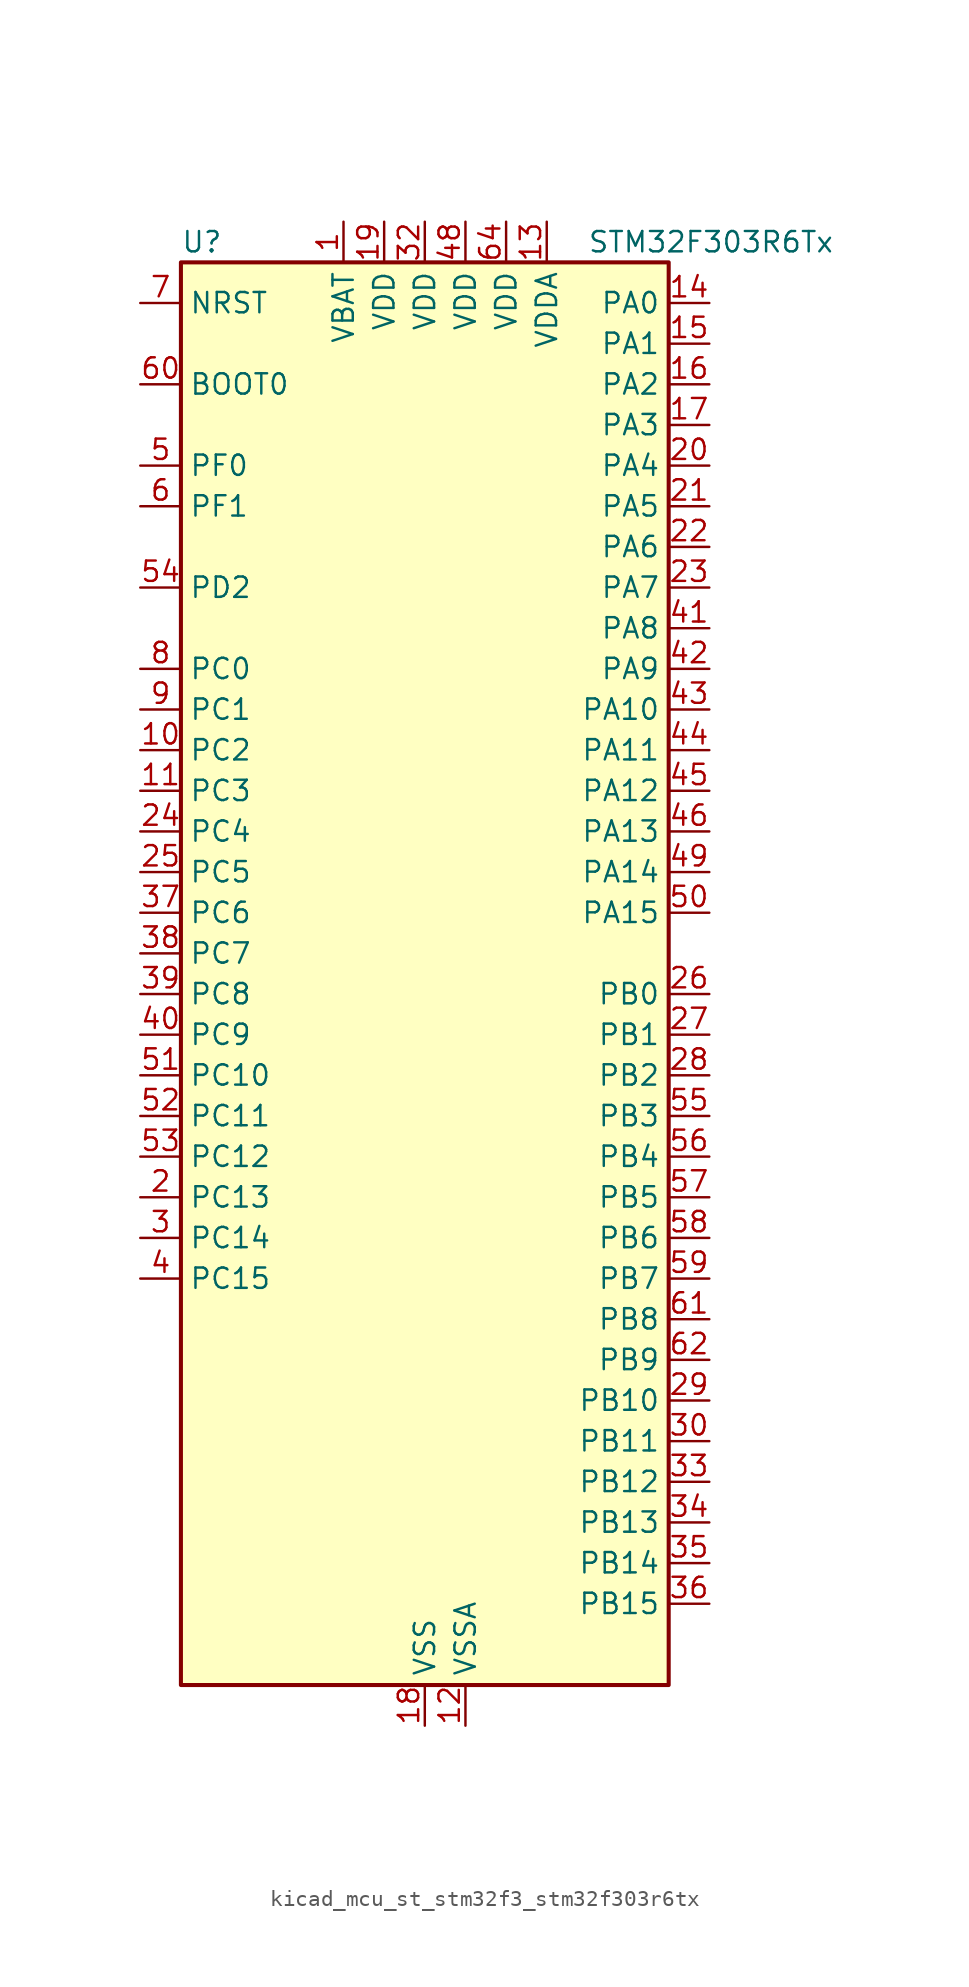
<source format=kicad_sym>
(kicad_symbol_lib
  (version 20220914)
  (generator kicad_symbol_editor)
  (symbol "kicad_mcu_st_stm32f3_stm32f303r6tx"
    (property "Reference" "U"
      (at -15.24 46.99 0)
      (effects (font (size 1.27 1.27)) (justify left)))
    (property "Value" "STM32F303R6Tx"
      (at 10.16 46.99 0)
      (effects (font (size 1.27 1.27)) (justify left)))
    (property "ki_locked" ""
      (at 0 0 0)
      (effects (font (size 1.27 1.27))))
    (symbol "kicad_mcu_st_stm32f3_stm32f303r6tx_0_1"
      (rectangle (start -15.24 -43.18) (end 15.24 45.72) (stroke (width 0.254) (type default)) (fill (type background))))
    (symbol "kicad_mcu_st_stm32f3_stm32f303r6tx_1_1"
      (pin power_in line (at -5.08 48.26 270) (length 2.54) (name "VBAT" (effects (font (size 1.27 1.27)))) (number "1" (effects (font (size 1.27 1.27)))))
      (pin bidirectional line (at -17.78 15.24 0) (length 2.54) (name "PC2" (effects (font (size 1.27 1.27)))) (number "10" (effects (font (size 1.27 1.27)))) (alternate "ADC1_IN8" bidirectional line) (alternate "ADC2_IN8" bidirectional line) (alternate "TIM1_CH3" bidirectional line))
      (pin bidirectional line (at -17.78 12.7 0) (length 2.54) (name "PC3" (effects (font (size 1.27 1.27)))) (number "11" (effects (font (size 1.27 1.27)))) (alternate "ADC1_IN9" bidirectional line) (alternate "ADC2_IN9" bidirectional line) (alternate "TIM1_BKIN2" bidirectional line) (alternate "TIM1_CH4" bidirectional line))
      (pin power_in line (at 2.54 -45.72 90) (length 2.54) (name "VSSA" (effects (font (size 1.27 1.27)))) (number "12" (effects (font (size 1.27 1.27)))))
      (pin power_in line (at 7.62 48.26 270) (length 2.54) (name "VDDA" (effects (font (size 1.27 1.27)))) (number "13" (effects (font (size 1.27 1.27)))))
      (pin bidirectional line (at 17.78 43.18 180) (length 2.54) (name "PA0" (effects (font (size 1.27 1.27)))) (number "14" (effects (font (size 1.27 1.27)))) (alternate "ADC1_IN1" bidirectional line) (alternate "RTC_TAMP2" bidirectional line) (alternate "SYS_WKUP1" bidirectional line) (alternate "TIM2_CH1" bidirectional line) (alternate "TIM2_ETR" bidirectional line) (alternate "TSC_G1_IO1" bidirectional line) (alternate "USART2_CTS" bidirectional line))
      (pin bidirectional line (at 17.78 40.64 180) (length 2.54) (name "PA1" (effects (font (size 1.27 1.27)))) (number "15" (effects (font (size 1.27 1.27)))) (alternate "ADC1_IN2" bidirectional line) (alternate "RTC_REFIN" bidirectional line) (alternate "TIM15_CH1N" bidirectional line) (alternate "TIM2_CH2" bidirectional line) (alternate "TSC_G1_IO2" bidirectional line) (alternate "USART2_DE" bidirectional line) (alternate "USART2_RTS" bidirectional line))
      (pin bidirectional line (at 17.78 38.1 180) (length 2.54) (name "PA2" (effects (font (size 1.27 1.27)))) (number "16" (effects (font (size 1.27 1.27)))) (alternate "ADC1_IN3" bidirectional line) (alternate "COMP2_INM" bidirectional line) (alternate "COMP2_OUT" bidirectional line) (alternate "TIM15_CH1" bidirectional line) (alternate "TIM2_CH3" bidirectional line) (alternate "TSC_G1_IO3" bidirectional line) (alternate "USART2_TX" bidirectional line))
      (pin bidirectional line (at 17.78 35.56 180) (length 2.54) (name "PA3" (effects (font (size 1.27 1.27)))) (number "17" (effects (font (size 1.27 1.27)))) (alternate "ADC1_IN4" bidirectional line) (alternate "TIM15_CH2" bidirectional line) (alternate "TIM2_CH4" bidirectional line) (alternate "TSC_G1_IO4" bidirectional line) (alternate "USART2_RX" bidirectional line))
      (pin power_in line (at 0 -45.72 90) (length 2.54) (name "VSS" (effects (font (size 1.27 1.27)))) (number "18" (effects (font (size 1.27 1.27)))))
      (pin power_in line (at -2.54 48.26 270) (length 2.54) (name "VDD" (effects (font (size 1.27 1.27)))) (number "19" (effects (font (size 1.27 1.27)))))
      (pin bidirectional line (at -17.78 -12.7 0) (length 2.54) (name "PC13" (effects (font (size 1.27 1.27)))) (number "2" (effects (font (size 1.27 1.27)))) (alternate "RTC_OUT_ALARM" bidirectional line) (alternate "RTC_OUT_CALIB" bidirectional line) (alternate "RTC_TAMP1" bidirectional line) (alternate "RTC_TS" bidirectional line) (alternate "SYS_WKUP2" bidirectional line) (alternate "TIM1_CH1N" bidirectional line))
      (pin bidirectional line (at 17.78 33.02 180) (length 2.54) (name "PA4" (effects (font (size 1.27 1.27)))) (number "20" (effects (font (size 1.27 1.27)))) (alternate "ADC2_IN1" bidirectional line) (alternate "COMP2_INM" bidirectional line) (alternate "COMP4_INM" bidirectional line) (alternate "COMP6_INM" bidirectional line) (alternate "DAC1_OUT1" bidirectional line) (alternate "SPI1_NSS" bidirectional line) (alternate "TIM3_CH2" bidirectional line) (alternate "TSC_G2_IO1" bidirectional line) (alternate "USART2_CK" bidirectional line))
      (pin bidirectional line (at 17.78 30.48 180) (length 2.54) (name "PA5" (effects (font (size 1.27 1.27)))) (number "21" (effects (font (size 1.27 1.27)))) (alternate "ADC2_IN2" bidirectional line) (alternate "DAC1_OUT2" bidirectional line) (alternate "OPAMP2_VINM" bidirectional line) (alternate "OPAMP2_VINM_SEC" bidirectional line) (alternate "SPI1_SCK" bidirectional line) (alternate "TIM2_CH1" bidirectional line) (alternate "TIM2_ETR" bidirectional line) (alternate "TSC_G2_IO2" bidirectional line))
      (pin bidirectional line (at 17.78 27.94 180) (length 2.54) (name "PA6" (effects (font (size 1.27 1.27)))) (number "22" (effects (font (size 1.27 1.27)))) (alternate "ADC2_IN3" bidirectional line) (alternate "DAC2_OUT1" bidirectional line) (alternate "OPAMP2_VOUT" bidirectional line) (alternate "SPI1_MISO" bidirectional line) (alternate "TIM16_CH1" bidirectional line) (alternate "TIM1_BKIN" bidirectional line) (alternate "TIM3_CH1" bidirectional line) (alternate "TSC_G2_IO3" bidirectional line))
      (pin bidirectional line (at 17.78 25.4 180) (length 2.54) (name "PA7" (effects (font (size 1.27 1.27)))) (number "23" (effects (font (size 1.27 1.27)))) (alternate "ADC2_IN4" bidirectional line) (alternate "COMP2_INP" bidirectional line) (alternate "OPAMP2_VINP" bidirectional line) (alternate "OPAMP2_VINP_SEC" bidirectional line) (alternate "SPI1_MOSI" bidirectional line) (alternate "TIM17_CH1" bidirectional line) (alternate "TIM1_CH1N" bidirectional line) (alternate "TIM3_CH2" bidirectional line) (alternate "TSC_G2_IO4" bidirectional line))
      (pin bidirectional line (at -17.78 10.16 0) (length 2.54) (name "PC4" (effects (font (size 1.27 1.27)))) (number "24" (effects (font (size 1.27 1.27)))) (alternate "ADC2_IN5" bidirectional line) (alternate "TIM1_ETR" bidirectional line) (alternate "USART1_TX" bidirectional line))
      (pin bidirectional line (at -17.78 7.62 0) (length 2.54) (name "PC5" (effects (font (size 1.27 1.27)))) (number "25" (effects (font (size 1.27 1.27)))) (alternate "ADC2_IN11" bidirectional line) (alternate "OPAMP2_VINM" bidirectional line) (alternate "OPAMP2_VINM_SEC" bidirectional line) (alternate "TIM15_BKIN" bidirectional line) (alternate "TSC_G3_IO1" bidirectional line) (alternate "USART1_RX" bidirectional line))
      (pin bidirectional line (at 17.78 0 180) (length 2.54) (name "PB0" (effects (font (size 1.27 1.27)))) (number "26" (effects (font (size 1.27 1.27)))) (alternate "ADC1_IN11" bidirectional line) (alternate "COMP4_INP" bidirectional line) (alternate "OPAMP2_VINP" bidirectional line) (alternate "OPAMP2_VINP_SEC" bidirectional line) (alternate "TIM1_CH2N" bidirectional line) (alternate "TIM3_CH3" bidirectional line) (alternate "TSC_G3_IO2" bidirectional line))
      (pin bidirectional line (at 17.78 -2.54 180) (length 2.54) (name "PB1" (effects (font (size 1.27 1.27)))) (number "27" (effects (font (size 1.27 1.27)))) (alternate "ADC1_IN12" bidirectional line) (alternate "COMP4_OUT" bidirectional line) (alternate "TIM1_CH3N" bidirectional line) (alternate "TIM3_CH4" bidirectional line) (alternate "TSC_G3_IO3" bidirectional line))
      (pin bidirectional line (at 17.78 -5.08 180) (length 2.54) (name "PB2" (effects (font (size 1.27 1.27)))) (number "28" (effects (font (size 1.27 1.27)))) (alternate "ADC2_IN12" bidirectional line) (alternate "COMP4_INM" bidirectional line) (alternate "TSC_G3_IO4" bidirectional line))
      (pin bidirectional line (at 17.78 -25.4 180) (length 2.54) (name "PB10" (effects (font (size 1.27 1.27)))) (number "29" (effects (font (size 1.27 1.27)))) (alternate "TIM2_CH3" bidirectional line) (alternate "TSC_SYNC" bidirectional line) (alternate "USART3_TX" bidirectional line))
      (pin bidirectional line (at -17.78 -15.24 0) (length 2.54) (name "PC14" (effects (font (size 1.27 1.27)))) (number "3" (effects (font (size 1.27 1.27)))) (alternate "RCC_OSC32_IN" bidirectional line))
      (pin bidirectional line (at 17.78 -27.94 180) (length 2.54) (name "PB11" (effects (font (size 1.27 1.27)))) (number "30" (effects (font (size 1.27 1.27)))) (alternate "COMP6_INP" bidirectional line) (alternate "TIM2_CH4" bidirectional line) (alternate "TSC_G6_IO1" bidirectional line) (alternate "USART3_RX" bidirectional line))
      (pin passive line (at 0 -45.72 90) (length 2.54) hide (name "VSS" (effects (font (size 1.27 1.27)))) (number "31" (effects (font (size 1.27 1.27)))))
      (pin power_in line (at 0 48.26 270) (length 2.54) (name "VDD" (effects (font (size 1.27 1.27)))) (number "32" (effects (font (size 1.27 1.27)))))
      (pin bidirectional line (at 17.78 -30.48 180) (length 2.54) (name "PB12" (effects (font (size 1.27 1.27)))) (number "33" (effects (font (size 1.27 1.27)))) (alternate "ADC2_IN13" bidirectional line) (alternate "TIM1_BKIN" bidirectional line) (alternate "TSC_G6_IO2" bidirectional line) (alternate "USART3_CK" bidirectional line))
      (pin bidirectional line (at 17.78 -33.02 180) (length 2.54) (name "PB13" (effects (font (size 1.27 1.27)))) (number "34" (effects (font (size 1.27 1.27)))) (alternate "ADC1_IN13" bidirectional line) (alternate "TIM1_CH1N" bidirectional line) (alternate "TSC_G6_IO3" bidirectional line) (alternate "USART3_CTS" bidirectional line))
      (pin bidirectional line (at 17.78 -35.56 180) (length 2.54) (name "PB14" (effects (font (size 1.27 1.27)))) (number "35" (effects (font (size 1.27 1.27)))) (alternate "ADC2_IN14" bidirectional line) (alternate "OPAMP2_VINP" bidirectional line) (alternate "OPAMP2_VINP_SEC" bidirectional line) (alternate "TIM15_CH1" bidirectional line) (alternate "TIM1_CH2N" bidirectional line) (alternate "TSC_G6_IO4" bidirectional line) (alternate "USART3_DE" bidirectional line) (alternate "USART3_RTS" bidirectional line))
      (pin bidirectional line (at 17.78 -38.1 180) (length 2.54) (name "PB15" (effects (font (size 1.27 1.27)))) (number "36" (effects (font (size 1.27 1.27)))) (alternate "ADC2_IN15" bidirectional line) (alternate "COMP6_INM" bidirectional line) (alternate "RTC_REFIN" bidirectional line) (alternate "TIM15_CH1N" bidirectional line) (alternate "TIM15_CH2" bidirectional line) (alternate "TIM1_CH3N" bidirectional line))
      (pin bidirectional line (at -17.78 5.08 0) (length 2.54) (name "PC6" (effects (font (size 1.27 1.27)))) (number "37" (effects (font (size 1.27 1.27)))) (alternate "COMP6_OUT" bidirectional line) (alternate "TIM3_CH1" bidirectional line))
      (pin bidirectional line (at -17.78 2.54 0) (length 2.54) (name "PC7" (effects (font (size 1.27 1.27)))) (number "38" (effects (font (size 1.27 1.27)))) (alternate "TIM3_CH2" bidirectional line))
      (pin bidirectional line (at -17.78 0 0) (length 2.54) (name "PC8" (effects (font (size 1.27 1.27)))) (number "39" (effects (font (size 1.27 1.27)))) (alternate "TIM3_CH3" bidirectional line))
      (pin bidirectional line (at -17.78 -17.78 0) (length 2.54) (name "PC15" (effects (font (size 1.27 1.27)))) (number "4" (effects (font (size 1.27 1.27)))) (alternate "RCC_OSC32_OUT" bidirectional line))
      (pin bidirectional line (at -17.78 -2.54 0) (length 2.54) (name "PC9" (effects (font (size 1.27 1.27)))) (number "40" (effects (font (size 1.27 1.27)))) (alternate "DAC1_EXTI9" bidirectional line) (alternate "DAC2_EXTI9" bidirectional line) (alternate "TIM3_CH4" bidirectional line))
      (pin bidirectional line (at 17.78 22.86 180) (length 2.54) (name "PA8" (effects (font (size 1.27 1.27)))) (number "41" (effects (font (size 1.27 1.27)))) (alternate "RCC_MCO" bidirectional line) (alternate "TIM1_CH1" bidirectional line) (alternate "USART1_CK" bidirectional line))
      (pin bidirectional line (at 17.78 20.32 180) (length 2.54) (name "PA9" (effects (font (size 1.27 1.27)))) (number "42" (effects (font (size 1.27 1.27)))) (alternate "DAC1_EXTI9" bidirectional line) (alternate "DAC2_EXTI9" bidirectional line) (alternate "TIM15_BKIN" bidirectional line) (alternate "TIM1_CH2" bidirectional line) (alternate "TIM2_CH3" bidirectional line) (alternate "TSC_G4_IO1" bidirectional line) (alternate "USART1_TX" bidirectional line))
      (pin bidirectional line (at 17.78 17.78 180) (length 2.54) (name "PA10" (effects (font (size 1.27 1.27)))) (number "43" (effects (font (size 1.27 1.27)))) (alternate "COMP6_OUT" bidirectional line) (alternate "TIM17_BKIN" bidirectional line) (alternate "TIM1_CH3" bidirectional line) (alternate "TIM2_CH4" bidirectional line) (alternate "TSC_G4_IO2" bidirectional line) (alternate "USART1_RX" bidirectional line))
      (pin bidirectional line (at 17.78 15.24 180) (length 2.54) (name "PA11" (effects (font (size 1.27 1.27)))) (number "44" (effects (font (size 1.27 1.27)))) (alternate "CAN_RX" bidirectional line) (alternate "TIM1_BKIN2" bidirectional line) (alternate "TIM1_CH1N" bidirectional line) (alternate "TIM1_CH4" bidirectional line) (alternate "USART1_CTS" bidirectional line))
      (pin bidirectional line (at 17.78 12.7 180) (length 2.54) (name "PA12" (effects (font (size 1.27 1.27)))) (number "45" (effects (font (size 1.27 1.27)))) (alternate "CAN_TX" bidirectional line) (alternate "COMP2_OUT" bidirectional line) (alternate "TIM16_CH1" bidirectional line) (alternate "TIM1_CH2N" bidirectional line) (alternate "TIM1_ETR" bidirectional line) (alternate "USART1_DE" bidirectional line) (alternate "USART1_RTS" bidirectional line))
      (pin bidirectional line (at 17.78 10.16 180) (length 2.54) (name "PA13" (effects (font (size 1.27 1.27)))) (number "46" (effects (font (size 1.27 1.27)))) (alternate "IR_OUT" bidirectional line) (alternate "SYS_JTMS-SWDIO" bidirectional line) (alternate "TIM16_CH1N" bidirectional line) (alternate "TSC_G4_IO3" bidirectional line) (alternate "USART3_CTS" bidirectional line))
      (pin passive line (at 0 -45.72 90) (length 2.54) hide (name "VSS" (effects (font (size 1.27 1.27)))) (number "47" (effects (font (size 1.27 1.27)))))
      (pin power_in line (at 2.54 48.26 270) (length 2.54) (name "VDD" (effects (font (size 1.27 1.27)))) (number "48" (effects (font (size 1.27 1.27)))))
      (pin bidirectional line (at 17.78 7.62 180) (length 2.54) (name "PA14" (effects (font (size 1.27 1.27)))) (number "49" (effects (font (size 1.27 1.27)))) (alternate "I2C1_SDA" bidirectional line) (alternate "SYS_JTCK-SWCLK" bidirectional line) (alternate "TIM1_BKIN" bidirectional line) (alternate "TSC_G4_IO4" bidirectional line) (alternate "USART2_TX" bidirectional line))
      (pin bidirectional line (at -17.78 33.02 0) (length 2.54) (name "PF0" (effects (font (size 1.27 1.27)))) (number "5" (effects (font (size 1.27 1.27)))) (alternate "RCC_OSC_IN" bidirectional line) (alternate "TIM1_CH3N" bidirectional line))
      (pin bidirectional line (at 17.78 5.08 180) (length 2.54) (name "PA15" (effects (font (size 1.27 1.27)))) (number "50" (effects (font (size 1.27 1.27)))) (alternate "I2C1_SCL" bidirectional line) (alternate "SPI1_NSS" bidirectional line) (alternate "SYS_JTDI" bidirectional line) (alternate "TIM1_BKIN" bidirectional line) (alternate "TIM2_CH1" bidirectional line) (alternate "TIM2_ETR" bidirectional line) (alternate "TSC_SYNC" bidirectional line) (alternate "USART2_RX" bidirectional line))
      (pin bidirectional line (at -17.78 -5.08 0) (length 2.54) (name "PC10" (effects (font (size 1.27 1.27)))) (number "51" (effects (font (size 1.27 1.27)))) (alternate "USART3_TX" bidirectional line))
      (pin bidirectional line (at -17.78 -7.62 0) (length 2.54) (name "PC11" (effects (font (size 1.27 1.27)))) (number "52" (effects (font (size 1.27 1.27)))) (alternate "USART3_RX" bidirectional line))
      (pin bidirectional line (at -17.78 -10.16 0) (length 2.54) (name "PC12" (effects (font (size 1.27 1.27)))) (number "53" (effects (font (size 1.27 1.27)))) (alternate "USART3_CK" bidirectional line))
      (pin bidirectional line (at -17.78 25.4 0) (length 2.54) (name "PD2" (effects (font (size 1.27 1.27)))) (number "54" (effects (font (size 1.27 1.27)))) (alternate "TIM3_ETR" bidirectional line))
      (pin bidirectional line (at 17.78 -7.62 180) (length 2.54) (name "PB3" (effects (font (size 1.27 1.27)))) (number "55" (effects (font (size 1.27 1.27)))) (alternate "SPI1_SCK" bidirectional line) (alternate "SYS_JTDO-TRACESWO" bidirectional line) (alternate "TIM2_CH2" bidirectional line) (alternate "TIM3_ETR" bidirectional line) (alternate "TSC_G5_IO1" bidirectional line) (alternate "USART2_TX" bidirectional line))
      (pin bidirectional line (at 17.78 -10.16 180) (length 2.54) (name "PB4" (effects (font (size 1.27 1.27)))) (number "56" (effects (font (size 1.27 1.27)))) (alternate "SPI1_MISO" bidirectional line) (alternate "SYS_NJTRST" bidirectional line) (alternate "TIM16_CH1" bidirectional line) (alternate "TIM17_BKIN" bidirectional line) (alternate "TIM3_CH1" bidirectional line) (alternate "TSC_G5_IO2" bidirectional line) (alternate "USART2_RX" bidirectional line))
      (pin bidirectional line (at 17.78 -12.7 180) (length 2.54) (name "PB5" (effects (font (size 1.27 1.27)))) (number "57" (effects (font (size 1.27 1.27)))) (alternate "I2C1_SMBA" bidirectional line) (alternate "SPI1_MOSI" bidirectional line) (alternate "TIM16_BKIN" bidirectional line) (alternate "TIM17_CH1" bidirectional line) (alternate "TIM3_CH2" bidirectional line) (alternate "USART2_CK" bidirectional line))
      (pin bidirectional line (at 17.78 -15.24 180) (length 2.54) (name "PB6" (effects (font (size 1.27 1.27)))) (number "58" (effects (font (size 1.27 1.27)))) (alternate "I2C1_SCL" bidirectional line) (alternate "TIM16_CH1N" bidirectional line) (alternate "TSC_G5_IO3" bidirectional line) (alternate "USART1_TX" bidirectional line))
      (pin bidirectional line (at 17.78 -17.78 180) (length 2.54) (name "PB7" (effects (font (size 1.27 1.27)))) (number "59" (effects (font (size 1.27 1.27)))) (alternate "I2C1_SDA" bidirectional line) (alternate "TIM17_CH1N" bidirectional line) (alternate "TIM3_CH4" bidirectional line) (alternate "TSC_G5_IO4" bidirectional line) (alternate "USART1_RX" bidirectional line))
      (pin bidirectional line (at -17.78 30.48 0) (length 2.54) (name "PF1" (effects (font (size 1.27 1.27)))) (number "6" (effects (font (size 1.27 1.27)))) (alternate "RCC_OSC_OUT" bidirectional line))
      (pin input line (at -17.78 38.1 0) (length 2.54) (name "BOOT0" (effects (font (size 1.27 1.27)))) (number "60" (effects (font (size 1.27 1.27)))))
      (pin bidirectional line (at 17.78 -20.32 180) (length 2.54) (name "PB8" (effects (font (size 1.27 1.27)))) (number "61" (effects (font (size 1.27 1.27)))) (alternate "CAN_RX" bidirectional line) (alternate "I2C1_SCL" bidirectional line) (alternate "TIM16_CH1" bidirectional line) (alternate "TIM1_BKIN" bidirectional line) (alternate "TSC_SYNC" bidirectional line) (alternate "USART3_RX" bidirectional line))
      (pin bidirectional line (at 17.78 -22.86 180) (length 2.54) (name "PB9" (effects (font (size 1.27 1.27)))) (number "62" (effects (font (size 1.27 1.27)))) (alternate "CAN_TX" bidirectional line) (alternate "COMP2_OUT" bidirectional line) (alternate "DAC1_EXTI9" bidirectional line) (alternate "DAC2_EXTI9" bidirectional line) (alternate "I2C1_SDA" bidirectional line) (alternate "IR_OUT" bidirectional line) (alternate "TIM17_CH1" bidirectional line) (alternate "USART3_TX" bidirectional line))
      (pin passive line (at 0 -45.72 90) (length 2.54) hide (name "VSS" (effects (font (size 1.27 1.27)))) (number "63" (effects (font (size 1.27 1.27)))))
      (pin power_in line (at 5.08 48.26 270) (length 2.54) (name "VDD" (effects (font (size 1.27 1.27)))) (number "64" (effects (font (size 1.27 1.27)))))
      (pin input line (at -17.78 43.18 0) (length 2.54) (name "NRST" (effects (font (size 1.27 1.27)))) (number "7" (effects (font (size 1.27 1.27)))))
      (pin bidirectional line (at -17.78 20.32 0) (length 2.54) (name "PC0" (effects (font (size 1.27 1.27)))) (number "8" (effects (font (size 1.27 1.27)))) (alternate "ADC1_IN6" bidirectional line) (alternate "ADC2_IN6" bidirectional line) (alternate "TIM1_CH1" bidirectional line))
      (pin bidirectional line (at -17.78 17.78 0) (length 2.54) (name "PC1" (effects (font (size 1.27 1.27)))) (number "9" (effects (font (size 1.27 1.27)))) (alternate "ADC1_IN7" bidirectional line) (alternate "ADC2_IN7" bidirectional line) (alternate "TIM1_CH2" bidirectional line)))))
</source>
